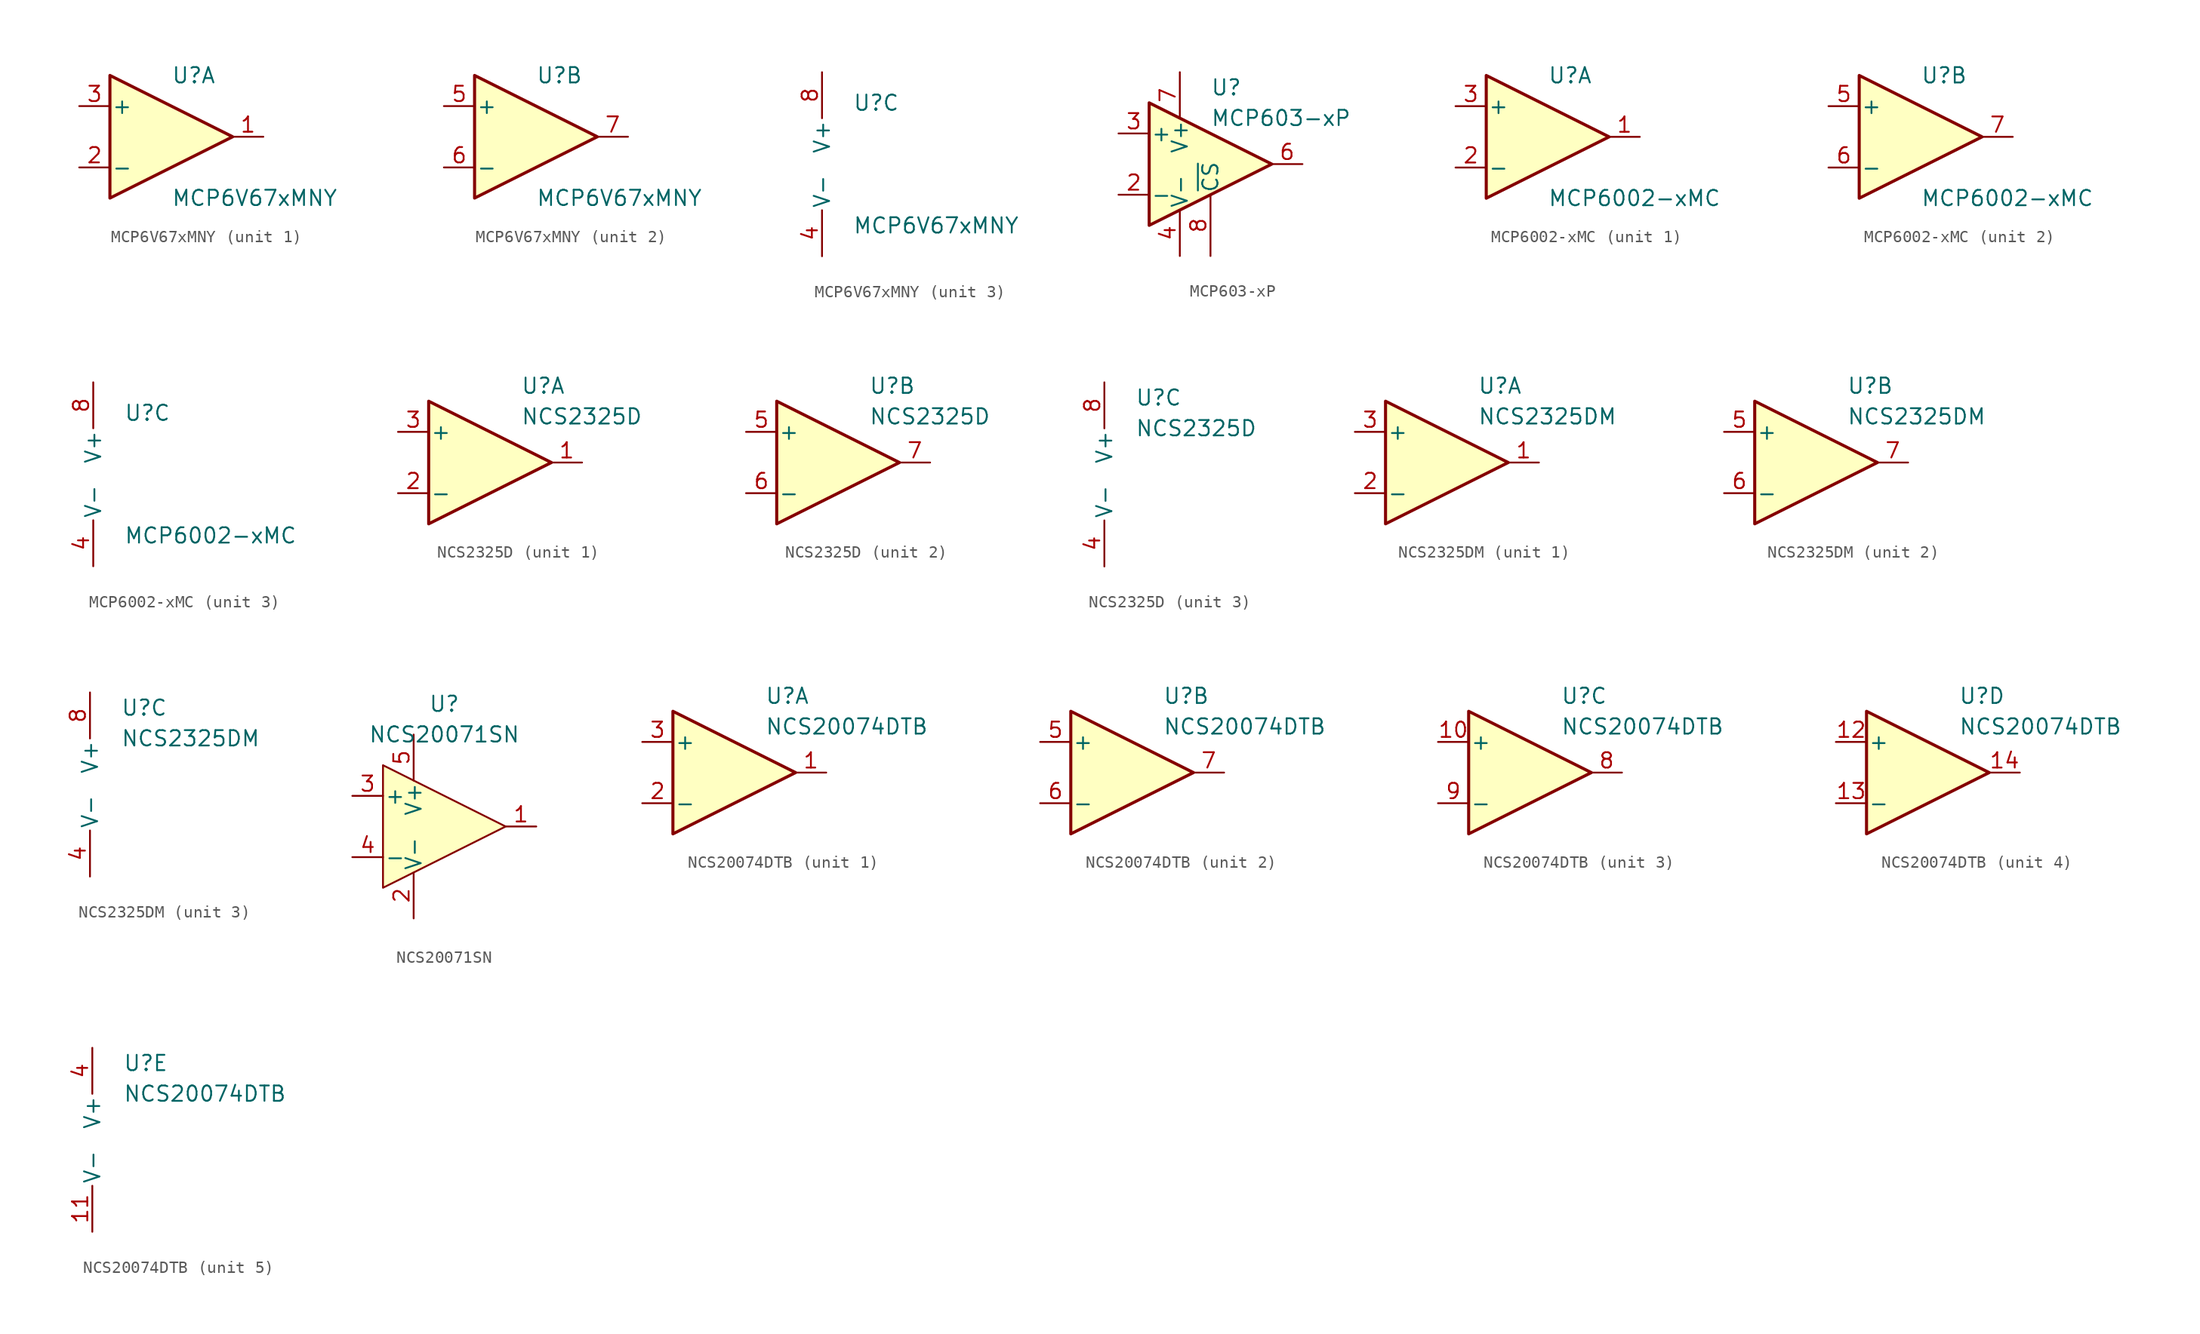
<source format=kicad_sym>
(kicad_symbol_lib
  (version 20211014)
  (generator kicad_symbol_editor)
  (symbol "MCP6V67xMNY"
    (pin_names
      (offset 0.127))
    (property "Reference" "U"
      (at 0 5.08 0)
      (effects (font (size 1.27 1.27)) (justify left)))
    (property "Value" "MCP6V67xMNY"
      (at 0 -5.08 0)
      (effects (font (size 1.27 1.27)) (justify left)))
    (property "ki_locked" ""
      (at 0 0 0)
      (effects (font (size 1.27 1.27))))
    (symbol "MCP6V67xMNY_1_1"
      (polyline (pts (xy -5.08 5.08) (xy 5.08 0) (xy -5.08 -5.08) (xy -5.08 5.08)) (stroke (width 0.254) (type default) (color 0 0 0 0)) (fill (type background)))
      (pin output line (at 7.62 0 180) (length 2.54) (name "~" (effects (font (size 1.27 1.27)))) (number "1" (effects (font (size 1.27 1.27)))))
      (pin input line (at -7.62 -2.54 0) (length 2.54) (name "-" (effects (font (size 1.27 1.27)))) (number "2" (effects (font (size 1.27 1.27)))))
      (pin input line (at -7.62 2.54 0) (length 2.54) (name "+" (effects (font (size 1.27 1.27)))) (number "3" (effects (font (size 1.27 1.27))))))
    (symbol "MCP6V67xMNY_2_1"
      (polyline (pts (xy -5.08 5.08) (xy 5.08 0) (xy -5.08 -5.08) (xy -5.08 5.08)) (stroke (width 0.254) (type default) (color 0 0 0 0)) (fill (type background)))
      (pin input line (at -7.62 2.54 0) (length 2.54) (name "+" (effects (font (size 1.27 1.27)))) (number "5" (effects (font (size 1.27 1.27)))))
      (pin input line (at -7.62 -2.54 0) (length 2.54) (name "-" (effects (font (size 1.27 1.27)))) (number "6" (effects (font (size 1.27 1.27)))))
      (pin output line (at 7.62 0 180) (length 2.54) (name "~" (effects (font (size 1.27 1.27)))) (number "7" (effects (font (size 1.27 1.27))))))
    (symbol "MCP6V67xMNY_3_1"
      (pin power_in line (at -2.54 -7.62 90) (length 3.81) (name "V-" (effects (font (size 1.27 1.27)))) (number "4" (effects (font (size 1.27 1.27)))))
      (pin power_in line (at -2.54 7.62 270) (length 3.81) (name "V+" (effects (font (size 1.27 1.27)))) (number "8" (effects (font (size 1.27 1.27)))))
      (pin passive line (at -2.54 -7.62 90) (length 3.81) hide (name "V-" (effects (font (size 1.27 1.27)))) (number "9" (effects (font (size 1.27 1.27)))))))
  (symbol "MCP603-xP"
    (pin_names
      (offset 0.127))
    (property "Reference" "U"
      (at 0 6.35 0)
      (effects (font (size 1.27 1.27)) (justify left)))
    (property "Value" "MCP603-xP"
      (at 0 3.81 0)
      (effects (font (size 1.27 1.27)) (justify left)))
    (symbol "MCP603-xP_0_1"
      (polyline (pts (xy -5.08 5.08) (xy 5.08 0) (xy -5.08 -5.08) (xy -5.08 5.08)) (stroke (width 0.254) (type default) (color 0 0 0 0)) (fill (type background))))
    (symbol "MCP603-xP_1_1"
      (pin no_connect line (at 0 -2.54 90) (length 2.54) hide (name "NC" (effects (font (size 1.27 1.27)))) (number "1" (effects (font (size 1.27 1.27)))))
      (pin input line (at -7.62 -2.54 0) (length 2.54) (name "-" (effects (font (size 1.27 1.27)))) (number "2" (effects (font (size 1.27 1.27)))))
      (pin input line (at -7.62 2.54 0) (length 2.54) (name "+" (effects (font (size 1.27 1.27)))) (number "3" (effects (font (size 1.27 1.27)))))
      (pin power_in line (at -2.54 -7.62 90) (length 3.81) (name "V-" (effects (font (size 1.27 1.27)))) (number "4" (effects (font (size 1.27 1.27)))))
      (pin no_connect line (at -2.54 -2.54 90) (length 2.54) hide (name "NC" (effects (font (size 1.27 1.27)))) (number "5" (effects (font (size 1.27 1.27)))))
      (pin output line (at 7.62 0 180) (length 2.54) (name "~" (effects (font (size 1.27 1.27)))) (number "6" (effects (font (size 1.27 1.27)))))
      (pin power_in line (at -2.54 7.62 270) (length 3.81) (name "V+" (effects (font (size 1.27 1.27)))) (number "7" (effects (font (size 1.27 1.27)))))
      (pin input line (at 0 -7.62 90) (length 5.08) (name "~{CS}" (effects (font (size 1.27 1.27)))) (number "8" (effects (font (size 1.27 1.27)))))))
  (symbol "MCP6002-xMC"
    (pin_names
      (offset 0.127))
    (property "Reference" "U"
      (at 0 5.08 0)
      (effects (font (size 1.27 1.27)) (justify left)))
    (property "Value" "MCP6002-xMC"
      (at 0 -5.08 0)
      (effects (font (size 1.27 1.27)) (justify left)))
    (property "ki_locked" ""
      (at 0 0 0)
      (effects (font (size 1.27 1.27))))
    (symbol "MCP6002-xMC_1_1"
      (polyline (pts (xy -5.08 5.08) (xy 5.08 0) (xy -5.08 -5.08) (xy -5.08 5.08)) (stroke (width 0.254) (type default) (color 0 0 0 0)) (fill (type background)))
      (pin output line (at 7.62 0 180) (length 2.54) (name "~" (effects (font (size 1.27 1.27)))) (number "1" (effects (font (size 1.27 1.27)))))
      (pin input line (at -7.62 -2.54 0) (length 2.54) (name "-" (effects (font (size 1.27 1.27)))) (number "2" (effects (font (size 1.27 1.27)))))
      (pin input line (at -7.62 2.54 0) (length 2.54) (name "+" (effects (font (size 1.27 1.27)))) (number "3" (effects (font (size 1.27 1.27))))))
    (symbol "MCP6002-xMC_2_1"
      (polyline (pts (xy -5.08 5.08) (xy 5.08 0) (xy -5.08 -5.08) (xy -5.08 5.08)) (stroke (width 0.254) (type default) (color 0 0 0 0)) (fill (type background)))
      (pin input line (at -7.62 2.54 0) (length 2.54) (name "+" (effects (font (size 1.27 1.27)))) (number "5" (effects (font (size 1.27 1.27)))))
      (pin input line (at -7.62 -2.54 0) (length 2.54) (name "-" (effects (font (size 1.27 1.27)))) (number "6" (effects (font (size 1.27 1.27)))))
      (pin output line (at 7.62 0 180) (length 2.54) (name "~" (effects (font (size 1.27 1.27)))) (number "7" (effects (font (size 1.27 1.27))))))
    (symbol "MCP6002-xMC_3_1"
      (pin power_in line (at -2.54 -7.62 90) (length 3.81) (name "V-" (effects (font (size 1.27 1.27)))) (number "4" (effects (font (size 1.27 1.27)))))
      (pin power_in line (at -2.54 7.62 270) (length 3.81) (name "V+" (effects (font (size 1.27 1.27)))) (number "8" (effects (font (size 1.27 1.27)))))
      (pin passive line (at -2.54 -7.62 90) (length 3.81) hide (name "V-" (effects (font (size 1.27 1.27)))) (number "9" (effects (font (size 1.27 1.27)))))))
  (symbol "NCS2325D"
    (pin_names
      (offset 0.127))
    (property "Reference" "U"
      (at 2.54 6.35 0)
      (effects (font (size 1.27 1.27)) (justify left)))
    (property "Value" "NCS2325D"
      (at 2.54 3.81 0)
      (effects (font (size 1.27 1.27)) (justify left)))
    (property "ki_locked" ""
      (at 0 0 0)
      (effects (font (size 1.27 1.27))))
    (symbol "NCS2325D_1_1"
      (polyline (pts (xy 5.08 0) (xy -5.08 5.08) (xy -5.08 -5.08) (xy 5.08 0)) (stroke (width 0.254) (type default) (color 0 0 0 0)) (fill (type background)))
      (pin output line (at 7.62 0 180) (length 2.54) (name "~" (effects (font (size 1.27 1.27)))) (number "1" (effects (font (size 1.27 1.27)))))
      (pin input line (at -7.62 -2.54 0) (length 2.54) (name "-" (effects (font (size 1.27 1.27)))) (number "2" (effects (font (size 1.27 1.27)))))
      (pin input line (at -7.62 2.54 0) (length 2.54) (name "+" (effects (font (size 1.27 1.27)))) (number "3" (effects (font (size 1.27 1.27))))))
    (symbol "NCS2325D_2_1"
      (polyline (pts (xy 5.08 0) (xy -5.08 5.08) (xy -5.08 -5.08) (xy 5.08 0)) (stroke (width 0.254) (type default) (color 0 0 0 0)) (fill (type background)))
      (pin input line (at -7.62 2.54 0) (length 2.54) (name "+" (effects (font (size 1.27 1.27)))) (number "5" (effects (font (size 1.27 1.27)))))
      (pin input line (at -7.62 -2.54 0) (length 2.54) (name "-" (effects (font (size 1.27 1.27)))) (number "6" (effects (font (size 1.27 1.27)))))
      (pin output line (at 7.62 0 180) (length 2.54) (name "~" (effects (font (size 1.27 1.27)))) (number "7" (effects (font (size 1.27 1.27))))))
    (symbol "NCS2325D_3_1"
      (pin power_in line (at 0 -7.62 90) (length 3.81) (name "V-" (effects (font (size 1.27 1.27)))) (number "4" (effects (font (size 1.27 1.27)))))
      (pin power_in line (at 0 7.62 270) (length 3.81) (name "V+" (effects (font (size 1.27 1.27)))) (number "8" (effects (font (size 1.27 1.27)))))))
  (symbol "NCS2325DM"
    (pin_names
      (offset 0.127))
    (property "Reference" "U"
      (at 2.54 6.35 0)
      (effects (font (size 1.27 1.27)) (justify left)))
    (property "Value" "NCS2325DM"
      (at 2.54 3.81 0)
      (effects (font (size 1.27 1.27)) (justify left)))
    (property "ki_locked" ""
      (at 0 0 0)
      (effects (font (size 1.27 1.27))))
    (symbol "NCS2325DM_1_1"
      (polyline (pts (xy 5.08 0) (xy -5.08 5.08) (xy -5.08 -5.08) (xy 5.08 0)) (stroke (width 0.254) (type default) (color 0 0 0 0)) (fill (type background)))
      (pin output line (at 7.62 0 180) (length 2.54) (name "~" (effects (font (size 1.27 1.27)))) (number "1" (effects (font (size 1.27 1.27)))))
      (pin input line (at -7.62 -2.54 0) (length 2.54) (name "-" (effects (font (size 1.27 1.27)))) (number "2" (effects (font (size 1.27 1.27)))))
      (pin input line (at -7.62 2.54 0) (length 2.54) (name "+" (effects (font (size 1.27 1.27)))) (number "3" (effects (font (size 1.27 1.27))))))
    (symbol "NCS2325DM_2_1"
      (polyline (pts (xy 5.08 0) (xy -5.08 5.08) (xy -5.08 -5.08) (xy 5.08 0)) (stroke (width 0.254) (type default) (color 0 0 0 0)) (fill (type background)))
      (pin input line (at -7.62 2.54 0) (length 2.54) (name "+" (effects (font (size 1.27 1.27)))) (number "5" (effects (font (size 1.27 1.27)))))
      (pin input line (at -7.62 -2.54 0) (length 2.54) (name "-" (effects (font (size 1.27 1.27)))) (number "6" (effects (font (size 1.27 1.27)))))
      (pin output line (at 7.62 0 180) (length 2.54) (name "~" (effects (font (size 1.27 1.27)))) (number "7" (effects (font (size 1.27 1.27))))))
    (symbol "NCS2325DM_3_1"
      (pin power_in line (at 0 -7.62 90) (length 3.81) (name "V-" (effects (font (size 1.27 1.27)))) (number "4" (effects (font (size 1.27 1.27)))))
      (pin power_in line (at 0 7.62 270) (length 3.81) (name "V+" (effects (font (size 1.27 1.27)))) (number "8" (effects (font (size 1.27 1.27)))))))
  (symbol "NCS20071SN"
    (pin_names
      (offset 0.127))
    (property "Reference" "U"
      (at 0 10.16 0)
      (effects (font (size 1.27 1.27))))
    (property "Value" "NCS20071SN"
      (at 0 7.62 0)
      (effects (font (size 1.27 1.27))))
    (symbol "NCS20071SN_1_1"
      (polyline (pts (xy 5.08 0) (xy -5.08 5.08) (xy -5.08 -5.08) (xy 5.08 0)) (stroke (width 0) (type default) (color 0 0 0 0)) (fill (type background)))
      (pin output line (at 7.62 0 180) (length 2.54) (name "~" (effects (font (size 1.27 1.27)))) (number "1" (effects (font (size 1.27 1.27)))))
      (pin power_in line (at -2.54 -7.62 90) (length 3.81) (name "V-" (effects (font (size 1.27 1.27)))) (number "2" (effects (font (size 1.27 1.27)))))
      (pin input line (at -7.62 2.54 0) (length 2.54) (name "+" (effects (font (size 1.27 1.27)))) (number "3" (effects (font (size 1.27 1.27)))))
      (pin input line (at -7.62 -2.54 0) (length 2.54) (name "-" (effects (font (size 1.27 1.27)))) (number "4" (effects (font (size 1.27 1.27)))))
      (pin power_in line (at -2.54 7.62 270) (length 3.81) (name "V+" (effects (font (size 1.27 1.27)))) (number "5" (effects (font (size 1.27 1.27)))))))
  (symbol "NCS20074DTB"
    (pin_names
      (offset 0.127))
    (property "Reference" "U"
      (at 2.54 6.35 0)
      (effects (font (size 1.27 1.27)) (justify left)))
    (property "Value" "NCS20074DTB"
      (at 2.54 3.81 0)
      (effects (font (size 1.27 1.27)) (justify left)))
    (property "ki_locked" ""
      (at 0 0 0)
      (effects (font (size 1.27 1.27))))
    (symbol "NCS20074DTB_1_1"
      (polyline (pts (xy 5.08 0) (xy -5.08 5.08) (xy -5.08 -5.08) (xy 5.08 0)) (stroke (width 0.254) (type default) (color 0 0 0 0)) (fill (type background)))
      (pin output line (at 7.62 0 180) (length 2.54) (name "~" (effects (font (size 1.27 1.27)))) (number "1" (effects (font (size 1.27 1.27)))))
      (pin input line (at -7.62 -2.54 0) (length 2.54) (name "-" (effects (font (size 1.27 1.27)))) (number "2" (effects (font (size 1.27 1.27)))))
      (pin input line (at -7.62 2.54 0) (length 2.54) (name "+" (effects (font (size 1.27 1.27)))) (number "3" (effects (font (size 1.27 1.27))))))
    (symbol "NCS20074DTB_2_1"
      (polyline (pts (xy -5.08 5.08) (xy -5.08 -5.08) (xy 5.08 0) (xy -5.08 5.08)) (stroke (width 0.254) (type default) (color 0 0 0 0)) (fill (type background)))
      (pin input line (at -7.62 2.54 0) (length 2.54) (name "+" (effects (font (size 1.27 1.27)))) (number "5" (effects (font (size 1.27 1.27)))))
      (pin input line (at -7.62 -2.54 0) (length 2.54) (name "-" (effects (font (size 1.27 1.27)))) (number "6" (effects (font (size 1.27 1.27)))))
      (pin output line (at 7.62 0 180) (length 2.54) (name "~" (effects (font (size 1.27 1.27)))) (number "7" (effects (font (size 1.27 1.27))))))
    (symbol "NCS20074DTB_3_1"
      (polyline (pts (xy 5.08 0) (xy -5.08 5.08) (xy -5.08 -5.08) (xy 5.08 0)) (stroke (width 0.254) (type default) (color 0 0 0 0)) (fill (type background)))
      (pin input line (at -7.62 2.54 0) (length 2.54) (name "+" (effects (font (size 1.27 1.27)))) (number "10" (effects (font (size 1.27 1.27)))))
      (pin output line (at 7.62 0 180) (length 2.54) (name "~" (effects (font (size 1.27 1.27)))) (number "8" (effects (font (size 1.27 1.27)))))
      (pin input line (at -7.62 -2.54 0) (length 2.54) (name "-" (effects (font (size 1.27 1.27)))) (number "9" (effects (font (size 1.27 1.27))))))
    (symbol "NCS20074DTB_4_1"
      (polyline (pts (xy -5.08 5.08) (xy 5.08 0) (xy -5.08 -5.08) (xy -5.08 5.08)) (stroke (width 0.254) (type default) (color 0 0 0 0)) (fill (type background)))
      (pin input line (at -7.62 2.54 0) (length 2.54) (name "+" (effects (font (size 1.27 1.27)))) (number "12" (effects (font (size 1.27 1.27)))))
      (pin input line (at -7.62 -2.54 0) (length 2.54) (name "-" (effects (font (size 1.27 1.27)))) (number "13" (effects (font (size 1.27 1.27)))))
      (pin output line (at 7.62 0 180) (length 2.54) (name "~" (effects (font (size 1.27 1.27)))) (number "14" (effects (font (size 1.27 1.27))))))
    (symbol "NCS20074DTB_5_1"
      (pin power_in line (at 0 -7.62 90) (length 3.81) (name "V-" (effects (font (size 1.27 1.27)))) (number "11" (effects (font (size 1.27 1.27)))))
      (pin power_in line (at 0 7.62 270) (length 3.81) (name "V+" (effects (font (size 1.27 1.27)))) (number "4" (effects (font (size 1.27 1.27))))))))
</source>
